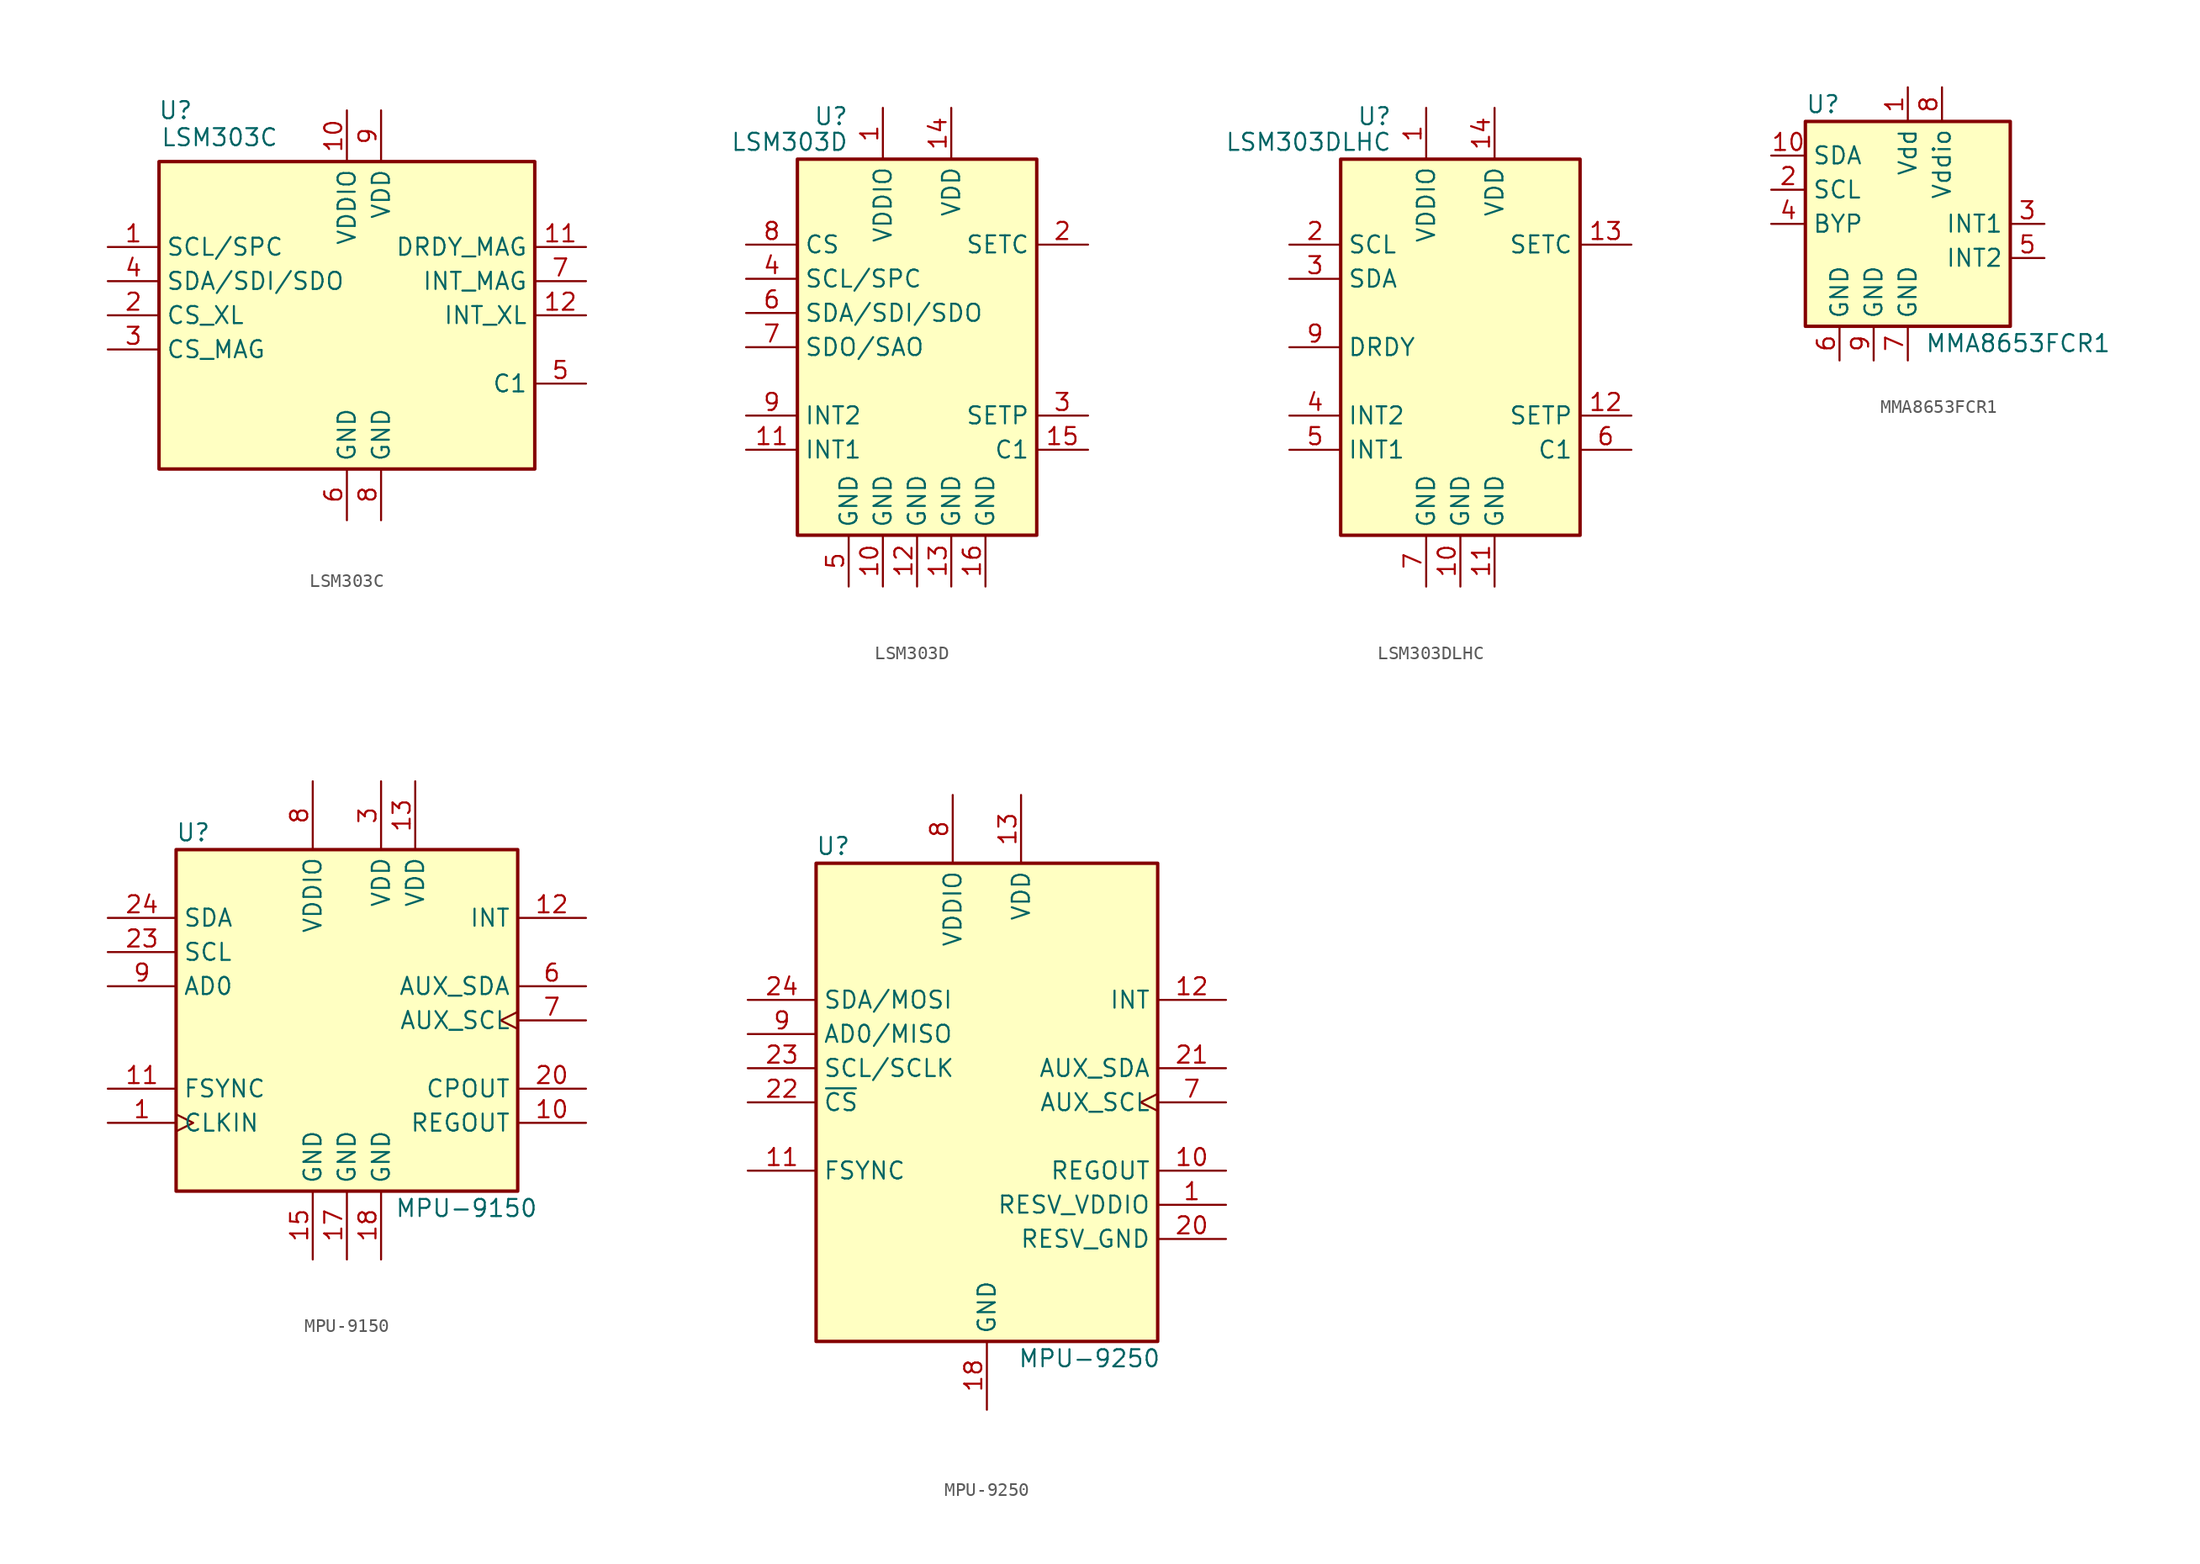
<source format=kicad_sym>
(kicad_symbol_lib
  (version 20220914)
  (generator kicad_symbol_editor)
  (symbol "LSM303C"
    (property "Reference" "U"
      (at -11.43 15.24 0)
      (effects (font (size 1.27 1.27)) (justify right)))
    (property "Value" "LSM303C"
      (at -5.08 13.97 0)
      (effects (font (size 1.27 1.27)) (justify right top)))
    (symbol "LSM303C_0_1"
      (rectangle (start 13.97 11.43) (end -13.97 -11.43) (stroke (width 0.254) (type default)) (fill (type background))))
    (symbol "LSM303C_1_1"
      (pin output line (at -17.78 5.08 0) (length 3.81) (name "SCL/SPC" (effects (font (size 1.27 1.27)))) (number "1" (effects (font (size 1.27 1.27)))))
      (pin power_in line (at 0 15.24 270) (length 3.81) (name "VDDIO" (effects (font (size 1.27 1.27)))) (number "10" (effects (font (size 1.27 1.27)))))
      (pin output line (at 17.78 5.08 180) (length 3.81) (name "DRDY_MAG" (effects (font (size 1.27 1.27)))) (number "11" (effects (font (size 1.27 1.27)))))
      (pin output line (at 17.78 0 180) (length 3.81) (name "INT_XL" (effects (font (size 1.27 1.27)))) (number "12" (effects (font (size 1.27 1.27)))))
      (pin input line (at -17.78 0 0) (length 3.81) (name "CS_XL" (effects (font (size 1.27 1.27)))) (number "2" (effects (font (size 1.27 1.27)))))
      (pin input line (at -17.78 -2.54 0) (length 3.81) (name "CS_MAG" (effects (font (size 1.27 1.27)))) (number "3" (effects (font (size 1.27 1.27)))))
      (pin bidirectional line (at -17.78 2.54 0) (length 3.81) (name "SDA/SDI/SDO" (effects (font (size 1.27 1.27)))) (number "4" (effects (font (size 1.27 1.27)))))
      (pin passive line (at 17.78 -5.08 180) (length 3.81) (name "C1" (effects (font (size 1.27 1.27)))) (number "5" (effects (font (size 1.27 1.27)))))
      (pin power_in line (at 0 -15.24 90) (length 3.81) (name "GND" (effects (font (size 1.27 1.27)))) (number "6" (effects (font (size 1.27 1.27)))))
      (pin output line (at 17.78 2.54 180) (length 3.81) (name "INT_MAG" (effects (font (size 1.27 1.27)))) (number "7" (effects (font (size 1.27 1.27)))))
      (pin power_in line (at 2.54 -15.24 90) (length 3.81) (name "GND" (effects (font (size 1.27 1.27)))) (number "8" (effects (font (size 1.27 1.27)))))
      (pin power_in line (at 2.54 15.24 270) (length 3.81) (name "VDD" (effects (font (size 1.27 1.27)))) (number "9" (effects (font (size 1.27 1.27)))))))
  (symbol "LSM303D"
    (property "Reference" "U"
      (at -5.08 17.145 0)
      (effects (font (size 1.27 1.27)) (justify right)))
    (property "Value" "LSM303D"
      (at -5.08 15.24 0)
      (effects (font (size 1.27 1.27)) (justify right)))
    (symbol "LSM303D_0_1"
      (rectangle (start 8.89 13.97) (end -8.89 -13.97) (stroke (width 0.254) (type default)) (fill (type background))))
    (symbol "LSM303D_1_1"
      (pin power_in line (at -2.54 17.78 270) (length 3.81) (name "VDDIO" (effects (font (size 1.27 1.27)))) (number "1" (effects (font (size 1.27 1.27)))))
      (pin power_in line (at -2.54 -17.78 90) (length 3.81) (name "GND" (effects (font (size 1.27 1.27)))) (number "10" (effects (font (size 1.27 1.27)))))
      (pin output line (at -12.7 -7.62 0) (length 3.81) (name "INT1" (effects (font (size 1.27 1.27)))) (number "11" (effects (font (size 1.27 1.27)))))
      (pin power_in line (at 0 -17.78 90) (length 3.81) (name "GND" (effects (font (size 1.27 1.27)))) (number "12" (effects (font (size 1.27 1.27)))))
      (pin power_in line (at 2.54 -17.78 90) (length 3.81) (name "GND" (effects (font (size 1.27 1.27)))) (number "13" (effects (font (size 1.27 1.27)))))
      (pin power_in line (at 2.54 17.78 270) (length 3.81) (name "VDD" (effects (font (size 1.27 1.27)))) (number "14" (effects (font (size 1.27 1.27)))))
      (pin passive line (at 12.7 -7.62 180) (length 3.81) (name "C1" (effects (font (size 1.27 1.27)))) (number "15" (effects (font (size 1.27 1.27)))))
      (pin power_in line (at 5.08 -17.78 90) (length 3.81) (name "GND" (effects (font (size 1.27 1.27)))) (number "16" (effects (font (size 1.27 1.27)))))
      (pin passive line (at 12.7 7.62 180) (length 3.81) (name "SETC" (effects (font (size 1.27 1.27)))) (number "2" (effects (font (size 1.27 1.27)))))
      (pin passive line (at 12.7 -5.08 180) (length 3.81) (name "SETP" (effects (font (size 1.27 1.27)))) (number "3" (effects (font (size 1.27 1.27)))))
      (pin input line (at -12.7 5.08 0) (length 3.81) (name "SCL/SPC" (effects (font (size 1.27 1.27)))) (number "4" (effects (font (size 1.27 1.27)))))
      (pin power_in line (at -5.08 -17.78 90) (length 3.81) (name "GND" (effects (font (size 1.27 1.27)))) (number "5" (effects (font (size 1.27 1.27)))))
      (pin bidirectional line (at -12.7 2.54 0) (length 3.81) (name "SDA/SDI/SDO" (effects (font (size 1.27 1.27)))) (number "6" (effects (font (size 1.27 1.27)))))
      (pin output line (at -12.7 0 0) (length 3.81) (name "SDO/SAO" (effects (font (size 1.27 1.27)))) (number "7" (effects (font (size 1.27 1.27)))))
      (pin input line (at -12.7 7.62 0) (length 3.81) (name "CS" (effects (font (size 1.27 1.27)))) (number "8" (effects (font (size 1.27 1.27)))))
      (pin output line (at -12.7 -5.08 0) (length 3.81) (name "INT2" (effects (font (size 1.27 1.27)))) (number "9" (effects (font (size 1.27 1.27)))))))
  (symbol "LSM303DLHC"
    (property "Reference" "U"
      (at -5.08 17.145 0)
      (effects (font (size 1.27 1.27)) (justify right)))
    (property "Value" "LSM303DLHC"
      (at -5.08 15.24 0)
      (effects (font (size 1.27 1.27)) (justify right)))
    (symbol "LSM303DLHC_0_1"
      (rectangle (start 8.89 13.97) (end -8.89 -13.97) (stroke (width 0.254) (type default)) (fill (type background))))
    (symbol "LSM303DLHC_1_1"
      (pin power_in line (at -2.54 17.78 270) (length 3.81) (name "VDDIO" (effects (font (size 1.27 1.27)))) (number "1" (effects (font (size 1.27 1.27)))))
      (pin power_in line (at 0 -17.78 90) (length 3.81) (name "GND" (effects (font (size 1.27 1.27)))) (number "10" (effects (font (size 1.27 1.27)))))
      (pin power_in line (at 2.54 -17.78 90) (length 3.81) (name "GND" (effects (font (size 1.27 1.27)))) (number "11" (effects (font (size 1.27 1.27)))))
      (pin passive line (at 12.7 -5.08 180) (length 3.81) (name "SETP" (effects (font (size 1.27 1.27)))) (number "12" (effects (font (size 1.27 1.27)))))
      (pin passive line (at 12.7 7.62 180) (length 3.81) (name "SETC" (effects (font (size 1.27 1.27)))) (number "13" (effects (font (size 1.27 1.27)))))
      (pin power_in line (at 2.54 17.78 270) (length 3.81) (name "VDD" (effects (font (size 1.27 1.27)))) (number "14" (effects (font (size 1.27 1.27)))))
      (pin input line (at -12.7 7.62 0) (length 3.81) (name "SCL" (effects (font (size 1.27 1.27)))) (number "2" (effects (font (size 1.27 1.27)))))
      (pin bidirectional line (at -12.7 5.08 0) (length 3.81) (name "SDA" (effects (font (size 1.27 1.27)))) (number "3" (effects (font (size 1.27 1.27)))))
      (pin output line (at -12.7 -5.08 0) (length 3.81) (name "INT2" (effects (font (size 1.27 1.27)))) (number "4" (effects (font (size 1.27 1.27)))))
      (pin output line (at -12.7 -7.62 0) (length 3.81) (name "INT1" (effects (font (size 1.27 1.27)))) (number "5" (effects (font (size 1.27 1.27)))))
      (pin passive line (at 12.7 -7.62 180) (length 3.81) (name "C1" (effects (font (size 1.27 1.27)))) (number "6" (effects (font (size 1.27 1.27)))))
      (pin power_in line (at -2.54 -17.78 90) (length 3.81) (name "GND" (effects (font (size 1.27 1.27)))) (number "7" (effects (font (size 1.27 1.27)))))
      (pin no_connect line (at 7.62 -2.54 180) (length 3.81) hide (name "NC" (effects (font (size 1.27 1.27)))) (number "8" (effects (font (size 1.27 1.27)))))
      (pin output line (at -12.7 0 0) (length 3.81) (name "DRDY" (effects (font (size 1.27 1.27)))) (number "9" (effects (font (size 1.27 1.27)))))))
  (symbol "MMA8653FCR1"
    (property "Reference" "U"
      (at -7.62 8.89 0)
      (effects (font (size 1.27 1.27)) (justify left)))
    (property "Value" "MMA8653FCR1"
      (at 1.27 -8.89 0)
      (effects (font (size 1.27 1.27)) (justify left)))
    (symbol "MMA8653FCR1_0_1"
      (rectangle (start -7.62 7.62) (end 7.62 -7.62) (stroke (width 0.254) (type default)) (fill (type background))))
    (symbol "MMA8653FCR1_1_1"
      (pin power_in line (at 0 10.16 270) (length 2.54) (name "Vdd" (effects (font (size 1.27 1.27)))) (number "1" (effects (font (size 1.27 1.27)))))
      (pin input line (at -10.16 5.08 0) (length 2.54) (name "SDA" (effects (font (size 1.27 1.27)))) (number "10" (effects (font (size 1.27 1.27)))))
      (pin input line (at -10.16 2.54 0) (length 2.54) (name "SCL" (effects (font (size 1.27 1.27)))) (number "2" (effects (font (size 1.27 1.27)))))
      (pin output line (at 10.16 0 180) (length 2.54) (name "INT1" (effects (font (size 1.27 1.27)))) (number "3" (effects (font (size 1.27 1.27)))))
      (pin input line (at -10.16 0 0) (length 2.54) (name "BYP" (effects (font (size 1.27 1.27)))) (number "4" (effects (font (size 1.27 1.27)))))
      (pin output line (at 10.16 -2.54 180) (length 2.54) (name "INT2" (effects (font (size 1.27 1.27)))) (number "5" (effects (font (size 1.27 1.27)))))
      (pin power_in line (at -5.08 -10.16 90) (length 2.54) (name "GND" (effects (font (size 1.27 1.27)))) (number "6" (effects (font (size 1.27 1.27)))))
      (pin power_in line (at 0 -10.16 90) (length 2.54) (name "GND" (effects (font (size 1.27 1.27)))) (number "7" (effects (font (size 1.27 1.27)))))
      (pin power_in line (at 2.54 10.16 270) (length 2.54) (name "Vddio" (effects (font (size 1.27 1.27)))) (number "8" (effects (font (size 1.27 1.27)))))
      (pin power_in line (at -2.54 -10.16 90) (length 2.54) (name "GND" (effects (font (size 1.27 1.27)))) (number "9" (effects (font (size 1.27 1.27)))))))
  (symbol "MPU-9150"
    (property "Reference" "U"
      (at -11.43 13.97 0)
      (effects (font (size 1.27 1.27))))
    (property "Value" "MPU-9150"
      (at 8.89 -13.97 0)
      (effects (font (size 1.27 1.27))))
    (symbol "MPU-9150_0_1"
      (rectangle (start -12.7 12.7) (end 12.7 -12.7) (stroke (width 0.254) (type default)) (fill (type background))))
    (symbol "MPU-9150_1_1"
      (pin input clock (at -17.78 -7.62 0) (length 5.08) (name "CLKIN" (effects (font (size 1.27 1.27)))) (number "1" (effects (font (size 1.27 1.27)))))
      (pin passive line (at 17.78 -7.62 180) (length 5.08) (name "REGOUT" (effects (font (size 1.27 1.27)))) (number "10" (effects (font (size 1.27 1.27)))))
      (pin input line (at -17.78 -5.08 0) (length 5.08) (name "FSYNC" (effects (font (size 1.27 1.27)))) (number "11" (effects (font (size 1.27 1.27)))))
      (pin output line (at 17.78 7.62 180) (length 5.08) (name "INT" (effects (font (size 1.27 1.27)))) (number "12" (effects (font (size 1.27 1.27)))))
      (pin power_in line (at 5.08 17.78 270) (length 5.08) (name "VDD" (effects (font (size 1.27 1.27)))) (number "13" (effects (font (size 1.27 1.27)))))
      (pin power_in line (at -2.54 -17.78 90) (length 5.08) (name "GND" (effects (font (size 1.27 1.27)))) (number "15" (effects (font (size 1.27 1.27)))))
      (pin power_in line (at 0 -17.78 90) (length 5.08) (name "GND" (effects (font (size 1.27 1.27)))) (number "17" (effects (font (size 1.27 1.27)))))
      (pin power_in line (at 2.54 -17.78 90) (length 5.08) (name "GND" (effects (font (size 1.27 1.27)))) (number "18" (effects (font (size 1.27 1.27)))))
      (pin passive line (at 17.78 -5.08 180) (length 5.08) (name "CPOUT" (effects (font (size 1.27 1.27)))) (number "20" (effects (font (size 1.27 1.27)))))
      (pin input line (at -17.78 5.08 0) (length 5.08) (name "SCL" (effects (font (size 1.27 1.27)))) (number "23" (effects (font (size 1.27 1.27)))))
      (pin bidirectional line (at -17.78 7.62 0) (length 5.08) (name "SDA" (effects (font (size 1.27 1.27)))) (number "24" (effects (font (size 1.27 1.27)))))
      (pin power_in line (at 2.54 17.78 270) (length 5.08) (name "VDD" (effects (font (size 1.27 1.27)))) (number "3" (effects (font (size 1.27 1.27)))))
      (pin bidirectional line (at 17.78 2.54 180) (length 5.08) (name "AUX_SDA" (effects (font (size 1.27 1.27)))) (number "6" (effects (font (size 1.27 1.27)))))
      (pin output clock (at 17.78 0 180) (length 5.08) (name "AUX_SCL" (effects (font (size 1.27 1.27)))) (number "7" (effects (font (size 1.27 1.27)))))
      (pin power_in line (at -2.54 17.78 270) (length 5.08) (name "VDDIO" (effects (font (size 1.27 1.27)))) (number "8" (effects (font (size 1.27 1.27)))))
      (pin input line (at -17.78 2.54 0) (length 5.08) (name "AD0" (effects (font (size 1.27 1.27)))) (number "9" (effects (font (size 1.27 1.27)))))))
  (symbol "MPU-9250"
    (property "Reference" "U"
      (at -11.43 19.05 0)
      (effects (font (size 1.27 1.27))))
    (property "Value" "MPU-9250"
      (at 7.62 -19.05 0)
      (effects (font (size 1.27 1.27))))
    (symbol "MPU-9250_0_1"
      (rectangle (start -12.7 17.78) (end 12.7 -17.78) (stroke (width 0.254) (type default)) (fill (type background))))
    (symbol "MPU-9250_1_1"
      (pin input line (at 17.78 -7.62 180) (length 5.08) (name "RESV_VDDIO" (effects (font (size 1.27 1.27)))) (number "1" (effects (font (size 1.27 1.27)))))
      (pin passive line (at 17.78 -5.08 180) (length 5.08) (name "REGOUT" (effects (font (size 1.27 1.27)))) (number "10" (effects (font (size 1.27 1.27)))))
      (pin input line (at -17.78 -5.08 0) (length 5.08) (name "FSYNC" (effects (font (size 1.27 1.27)))) (number "11" (effects (font (size 1.27 1.27)))))
      (pin output line (at 17.78 7.62 180) (length 5.08) (name "INT" (effects (font (size 1.27 1.27)))) (number "12" (effects (font (size 1.27 1.27)))))
      (pin power_in line (at 2.54 22.86 270) (length 5.08) (name "VDD" (effects (font (size 1.27 1.27)))) (number "13" (effects (font (size 1.27 1.27)))))
      (pin power_in line (at 0 -22.86 90) (length 5.08) (name "GND" (effects (font (size 1.27 1.27)))) (number "18" (effects (font (size 1.27 1.27)))))
      (pin power_in line (at 17.78 -10.16 180) (length 5.08) (name "RESV_GND" (effects (font (size 1.27 1.27)))) (number "20" (effects (font (size 1.27 1.27)))))
      (pin bidirectional line (at 17.78 2.54 180) (length 5.08) (name "AUX_SDA" (effects (font (size 1.27 1.27)))) (number "21" (effects (font (size 1.27 1.27)))))
      (pin input line (at -17.78 0 0) (length 5.08) (name "~{CS}" (effects (font (size 1.27 1.27)))) (number "22" (effects (font (size 1.27 1.27)))))
      (pin input line (at -17.78 2.54 0) (length 5.08) (name "SCL/SCLK" (effects (font (size 1.27 1.27)))) (number "23" (effects (font (size 1.27 1.27)))))
      (pin bidirectional line (at -17.78 7.62 0) (length 5.08) (name "SDA/MOSI" (effects (font (size 1.27 1.27)))) (number "24" (effects (font (size 1.27 1.27)))))
      (pin output clock (at 17.78 0 180) (length 5.08) (name "AUX_SCL" (effects (font (size 1.27 1.27)))) (number "7" (effects (font (size 1.27 1.27)))))
      (pin power_in line (at -2.54 22.86 270) (length 5.08) (name "VDDIO" (effects (font (size 1.27 1.27)))) (number "8" (effects (font (size 1.27 1.27)))))
      (pin bidirectional line (at -17.78 5.08 0) (length 5.08) (name "AD0/MISO" (effects (font (size 1.27 1.27)))) (number "9" (effects (font (size 1.27 1.27))))))))
</source>
